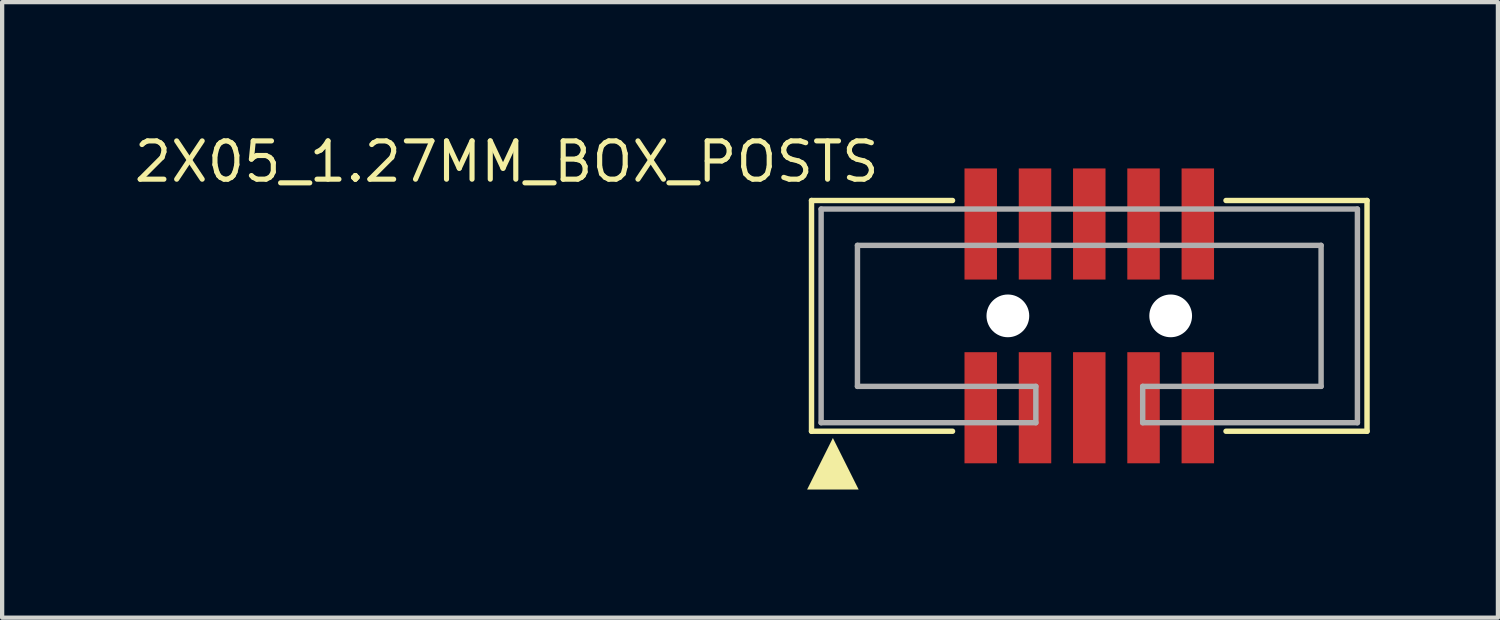
<source format=kicad_pcb>
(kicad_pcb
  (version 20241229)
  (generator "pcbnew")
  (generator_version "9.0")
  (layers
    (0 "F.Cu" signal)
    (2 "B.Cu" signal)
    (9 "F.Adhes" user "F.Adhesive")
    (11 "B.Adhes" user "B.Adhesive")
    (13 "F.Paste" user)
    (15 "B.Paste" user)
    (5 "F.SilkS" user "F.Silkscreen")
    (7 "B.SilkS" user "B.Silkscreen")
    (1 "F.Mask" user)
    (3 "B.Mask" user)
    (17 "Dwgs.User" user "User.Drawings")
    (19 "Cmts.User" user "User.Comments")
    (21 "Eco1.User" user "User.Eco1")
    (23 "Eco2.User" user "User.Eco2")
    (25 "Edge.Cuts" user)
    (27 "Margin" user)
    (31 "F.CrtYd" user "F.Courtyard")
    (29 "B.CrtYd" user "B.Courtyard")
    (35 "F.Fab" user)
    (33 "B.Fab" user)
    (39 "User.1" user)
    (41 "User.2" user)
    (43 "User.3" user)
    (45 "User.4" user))
  (footprint "2X05_1.27MM_BOX_POSTS"
    (layer "F.Cu")
    (at 22.441 4.342)
    (property "Reference" "2X05_1.27MM_BOX_POSTS" (at -4.851 -3.607 180) (layer "F.SilkS") (effects (font (size 0.896 0.896) (thickness 0.12)) (justify right)))
    (fp_line (start -6.5 -2.7) (end -6.5 2.7) (stroke (width 0.127) (type solid)) (layer "F.SilkS"))
    (fp_line (start -6.5 2.7) (end -3.2 2.7) (stroke (width 0.127) (type solid)) (layer "F.SilkS"))
    (fp_line (start -3.2 -2.7) (end -6.5 -2.7) (stroke (width 0.127) (type solid)) (layer "F.SilkS"))
    (fp_line (start 3.2 -2.7) (end 6.5 -2.7) (stroke (width 0.127) (type solid)) (layer "F.SilkS"))
    (fp_line (start 6.5 -2.7) (end 6.5 2.7) (stroke (width 0.127) (type solid)) (layer "F.SilkS"))
    (fp_line (start 6.5 2.7) (end 3.2 2.7) (stroke (width 0.127) (type solid)) (layer "F.SilkS"))
    (fp_poly (pts (xy -5.397 4.064) (xy -6.603 4.064) (xy -6 2.858)) (stroke (width 0) (type solid)) (fill yes) (layer "F.SilkS"))
    (fp_line (start -6.275 -2.5) (end 6.275 -2.5) (stroke (width 0.127) (type solid)) (layer "F.Fab"))
    (fp_line (start -6.275 2.5) (end -6.275 -2.5) (stroke (width 0.127) (type solid)) (layer "F.Fab"))
    (fp_line (start -5.425 -1.65) (end 5.425 -1.65) (stroke (width 0.127) (type solid)) (layer "F.Fab"))
    (fp_line (start -5.425 1.65) (end -5.425 -1.65) (stroke (width 0.127) (type solid)) (layer "F.Fab"))
    (fp_line (start -1.25 1.65) (end -5.425 1.65) (stroke (width 0.127) (type solid)) (layer "F.Fab"))
    (fp_line (start -1.25 1.65) (end -1.25 2.5) (stroke (width 0.127) (type solid)) (layer "F.Fab"))
    (fp_line (start -1.25 2.5) (end -6.275 2.5) (stroke (width 0.127) (type solid)) (layer "F.Fab"))
    (fp_line (start 1.25 1.65) (end 1.25 2.5) (stroke (width 0.127) (type solid)) (layer "F.Fab"))
    (fp_line (start 5.425 -1.65) (end 5.425 1.65) (stroke (width 0.127) (type solid)) (layer "F.Fab"))
    (fp_line (start 5.425 1.65) (end 1.25 1.65) (stroke (width 0.127) (type solid)) (layer "F.Fab"))
    (fp_line (start 6.275 -2.5) (end 6.275 2.5) (stroke (width 0.127) (type solid)) (layer "F.Fab"))
    (fp_line (start 6.275 2.5) (end 1.25 2.5) (stroke (width 0.127) (type solid)) (layer "F.Fab"))
    (pad "" np_thru_hole circle (at -1.905 0) (size 1 1) (drill 1) (layers "*.Cu" "*.Mask"))
    (pad "" np_thru_hole circle (at 1.905 0) (size 1 1) (drill 1) (layers "*.Cu" "*.Mask"))
    (pad "1" smd rect (at -2.54 2.15) (size 0.76 2.6) (layers "F.Cu" "F.Mask" "F.Paste"))
    (pad "2" smd rect (at -2.54 -2.15) (size 0.76 2.6) (layers "F.Cu" "F.Mask" "F.Paste"))
    (pad "3" smd rect (at -1.27 2.15) (size 0.76 2.6) (layers "F.Cu" "F.Mask" "F.Paste"))
    (pad "4" smd rect (at -1.27 -2.15) (size 0.76 2.6) (layers "F.Cu" "F.Mask" "F.Paste"))
    (pad "5" smd rect (at 0 2.15) (size 0.76 2.6) (layers "F.Cu" "F.Mask" "F.Paste"))
    (pad "6" smd rect (at 0 -2.15) (size 0.76 2.6) (layers "F.Cu" "F.Mask" "F.Paste"))
    (pad "7" smd rect (at 1.27 2.15) (size 0.76 2.6) (layers "F.Cu" "F.Mask" "F.Paste"))
    (pad "8" smd rect (at 1.27 -2.15) (size 0.76 2.6) (layers "F.Cu" "F.Mask" "F.Paste"))
    (pad "9" smd rect (at 2.54 2.15) (size 0.76 2.6) (layers "F.Cu" "F.Mask" "F.Paste"))
    (pad "10" smd rect (at 2.54 -2.15) (size 0.76 2.6) (layers "F.Cu" "F.Mask" "F.Paste")))
  (gr_rect
    (start -3 -3)
    (end 32.004 11.405)
    (stroke (width 0.1) (type default))
    (fill no)
    (layer "Edge.Cuts")))
</source>
